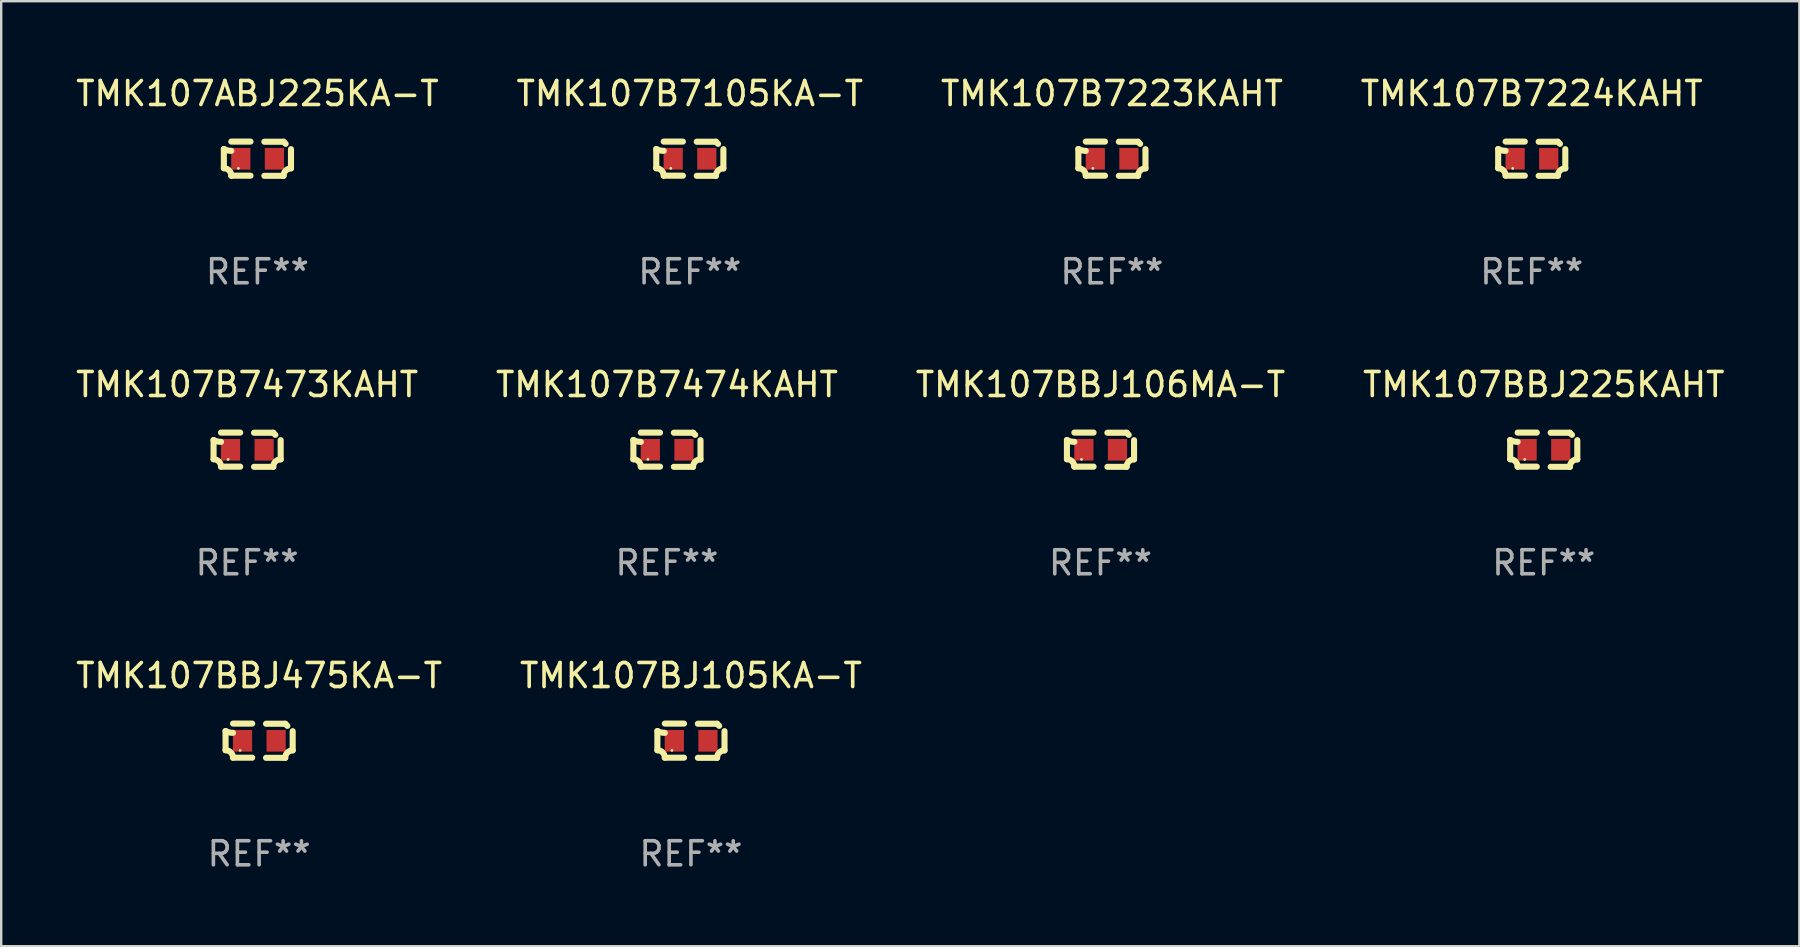
<source format=kicad_pcb>
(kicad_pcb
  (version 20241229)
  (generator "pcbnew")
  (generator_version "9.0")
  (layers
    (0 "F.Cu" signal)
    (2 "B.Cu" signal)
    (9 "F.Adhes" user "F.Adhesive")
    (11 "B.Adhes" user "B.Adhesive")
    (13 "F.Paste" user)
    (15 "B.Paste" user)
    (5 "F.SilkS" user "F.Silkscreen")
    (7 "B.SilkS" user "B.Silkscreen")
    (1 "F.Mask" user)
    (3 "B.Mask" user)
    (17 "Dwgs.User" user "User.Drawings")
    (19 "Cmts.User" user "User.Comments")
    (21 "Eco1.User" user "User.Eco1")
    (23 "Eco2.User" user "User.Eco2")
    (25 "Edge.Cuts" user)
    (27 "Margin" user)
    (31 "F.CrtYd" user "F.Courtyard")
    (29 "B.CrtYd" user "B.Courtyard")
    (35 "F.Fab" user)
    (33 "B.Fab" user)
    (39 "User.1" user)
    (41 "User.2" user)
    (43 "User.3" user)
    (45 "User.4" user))
  (footprint "TMK107BJ105KA-T"
    (layer "F.Cu")
    (at 25.732 27.805)
    (property "Reference" "TMK107BJ105KA-T" (at 0 -2.713 0) (layer "F.SilkS") (effects (font (size 1 1) (thickness 0.15))))
    (attr through_hole)
    (fp_line (start -1.398 -0.403) (end -1.398 0.397) (stroke (width 0.254) (type solid)) (layer "F.SilkS"))
    (fp_line (start -0.288 -0.713) (end -1.088 -0.713) (stroke (width 0.254) (type solid)) (layer "F.SilkS"))
    (fp_line (start -0.288 0.707) (end -1.088 0.707) (stroke (width 0.254) (type solid)) (layer "F.SilkS"))
    (fp_line (start 0.288 -0.707) (end 1.088 -0.707) (stroke (width 0.254) (type solid)) (layer "F.SilkS"))
    (fp_line (start 0.288 0.713) (end 1.088 0.713) (stroke (width 0.254) (type solid)) (layer "F.SilkS"))
    (fp_line (start 1.398 -0.397) (end 1.398 0.403) (stroke (width 0.254) (type solid)) (layer "F.SilkS"))
    (fp_arc (start -1.397789 0.397066) (mid -1.178701 0.487826) (end -1.08796 0.706922) (stroke (width 0.254001) (type solid)) (layer "F.SilkS"))
    (fp_arc (start -1.08796 -0.327176) (mid -1.247436 -0.346384) (end -1.39779 -0.402908) (stroke (width 0.254001) (type solid)) (layer "F.SilkS"))
    (fp_arc (start 1.087909 0.712738) (mid 1.178656 0.493655) (end 1.397739 0.402908) (stroke (width 0.254001) (type solid)) (layer "F.SilkS"))
    (fp_arc (start 1.175925 -0.618926) (mid 1.131917 -0.662923) (end 1.08791 -0.706922) (stroke (width 0.254001) (type solid)) (layer "F.SilkS"))
    (fp_circle (center -0.792 0.403) (end -0.762 0.403) (stroke (width 0.06) (type solid)) (fill no) (layer "F.SilkS"))
    (fp_text user "REF**" (at 0 4.713 0) (layer "F.Fab") (effects (font (size 1 1) (thickness 0.15))))
    (pad "1" smd rect (at -0.692 0.003) (size 0.8 0.9) (layers "F.Cu" "F.Mask" "F.Paste"))
    (pad "2" smd rect (at 0.708 0.003) (size 0.8 0.9) (layers "F.Cu" "F.Mask" "F.Paste")))
  (footprint "TMK107BBJ225KAHT"
    (layer "F.Cu")
    (at 61.256 15.683)
    (property "Reference" "TMK107BBJ225KAHT" (at 0 -2.713 0) (layer "F.SilkS") (effects (font (size 1 1) (thickness 0.15))))
    (attr through_hole)
    (fp_line (start -1.398 -0.403) (end -1.398 0.397) (stroke (width 0.254) (type solid)) (layer "F.SilkS"))
    (fp_line (start -0.288 -0.713) (end -1.088 -0.713) (stroke (width 0.254) (type solid)) (layer "F.SilkS"))
    (fp_line (start -0.288 0.707) (end -1.088 0.707) (stroke (width 0.254) (type solid)) (layer "F.SilkS"))
    (fp_line (start 0.288 -0.707) (end 1.088 -0.707) (stroke (width 0.254) (type solid)) (layer "F.SilkS"))
    (fp_line (start 0.288 0.713) (end 1.088 0.713) (stroke (width 0.254) (type solid)) (layer "F.SilkS"))
    (fp_line (start 1.398 -0.397) (end 1.398 0.403) (stroke (width 0.254) (type solid)) (layer "F.SilkS"))
    (fp_arc (start -1.397789 0.397066) (mid -1.178701 0.487826) (end -1.08796 0.706922) (stroke (width 0.254001) (type solid)) (layer "F.SilkS"))
    (fp_arc (start -1.08796 -0.327176) (mid -1.247436 -0.346384) (end -1.39779 -0.402908) (stroke (width 0.254001) (type solid)) (layer "F.SilkS"))
    (fp_arc (start 1.087909 0.712738) (mid 1.178656 0.493655) (end 1.397739 0.402908) (stroke (width 0.254001) (type solid)) (layer "F.SilkS"))
    (fp_arc (start 1.175925 -0.618926) (mid 1.131917 -0.662923) (end 1.08791 -0.706922) (stroke (width 0.254001) (type solid)) (layer "F.SilkS"))
    (fp_circle (center -0.792 0.403) (end -0.762 0.403) (stroke (width 0.06) (type solid)) (fill no) (layer "F.SilkS"))
    (fp_text user "REF**" (at 0 4.713 0) (layer "F.Fab") (effects (font (size 1 1) (thickness 0.15))))
    (pad "1" smd rect (at -0.692 0.003) (size 0.8 0.9) (layers "F.Cu" "F.Mask" "F.Paste"))
    (pad "2" smd rect (at 0.708 0.003) (size 0.8 0.9) (layers "F.Cu" "F.Mask" "F.Paste")))
  (footprint "TMK107BBJ106MA-T"
    (layer "F.Cu")
    (at 42.792 15.683)
    (property "Reference" "TMK107BBJ106MA-T" (at 0 -2.713 0) (layer "F.SilkS") (effects (font (size 1 1) (thickness 0.15))))
    (attr through_hole)
    (fp_line (start -1.398 -0.403) (end -1.398 0.397) (stroke (width 0.254) (type solid)) (layer "F.SilkS"))
    (fp_line (start -0.288 -0.713) (end -1.088 -0.713) (stroke (width 0.254) (type solid)) (layer "F.SilkS"))
    (fp_line (start -0.288 0.707) (end -1.088 0.707) (stroke (width 0.254) (type solid)) (layer "F.SilkS"))
    (fp_line (start 0.288 -0.707) (end 1.088 -0.707) (stroke (width 0.254) (type solid)) (layer "F.SilkS"))
    (fp_line (start 0.288 0.713) (end 1.088 0.713) (stroke (width 0.254) (type solid)) (layer "F.SilkS"))
    (fp_line (start 1.398 -0.397) (end 1.398 0.403) (stroke (width 0.254) (type solid)) (layer "F.SilkS"))
    (fp_arc (start -1.397789 0.397066) (mid -1.178701 0.487826) (end -1.08796 0.706922) (stroke (width 0.254001) (type solid)) (layer "F.SilkS"))
    (fp_arc (start -1.08796 -0.327176) (mid -1.247436 -0.346384) (end -1.39779 -0.402908) (stroke (width 0.254001) (type solid)) (layer "F.SilkS"))
    (fp_arc (start 1.087909 0.712738) (mid 1.178656 0.493655) (end 1.397739 0.402908) (stroke (width 0.254001) (type solid)) (layer "F.SilkS"))
    (fp_arc (start 1.175925 -0.618926) (mid 1.131917 -0.662923) (end 1.08791 -0.706922) (stroke (width 0.254001) (type solid)) (layer "F.SilkS"))
    (fp_circle (center -0.792 0.403) (end -0.762 0.403) (stroke (width 0.06) (type solid)) (fill no) (layer "F.SilkS"))
    (fp_text user "REF**" (at 0 4.713 0) (layer "F.Fab") (effects (font (size 1 1) (thickness 0.15))))
    (pad "1" smd rect (at -0.692 0.003) (size 0.8 0.9) (layers "F.Cu" "F.Mask" "F.Paste"))
    (pad "2" smd rect (at 0.708 0.003) (size 0.8 0.9) (layers "F.Cu" "F.Mask" "F.Paste")))
  (footprint "TMK107B7473KAHT"
    (layer "F.Cu")
    (at 7.244 15.683)
    (property "Reference" "TMK107B7473KAHT" (at 0 -2.713 0) (layer "F.SilkS") (effects (font (size 1 1) (thickness 0.15))))
    (attr through_hole)
    (fp_line (start -1.398 -0.403) (end -1.398 0.397) (stroke (width 0.254) (type solid)) (layer "F.SilkS"))
    (fp_line (start -0.288 -0.713) (end -1.088 -0.713) (stroke (width 0.254) (type solid)) (layer "F.SilkS"))
    (fp_line (start -0.288 0.707) (end -1.088 0.707) (stroke (width 0.254) (type solid)) (layer "F.SilkS"))
    (fp_line (start 0.288 -0.707) (end 1.088 -0.707) (stroke (width 0.254) (type solid)) (layer "F.SilkS"))
    (fp_line (start 0.288 0.713) (end 1.088 0.713) (stroke (width 0.254) (type solid)) (layer "F.SilkS"))
    (fp_line (start 1.398 -0.397) (end 1.398 0.403) (stroke (width 0.254) (type solid)) (layer "F.SilkS"))
    (fp_arc (start -1.397789 0.397066) (mid -1.178701 0.487826) (end -1.08796 0.706922) (stroke (width 0.254001) (type solid)) (layer "F.SilkS"))
    (fp_arc (start -1.08796 -0.327176) (mid -1.247436 -0.346384) (end -1.39779 -0.402908) (stroke (width 0.254001) (type solid)) (layer "F.SilkS"))
    (fp_arc (start 1.087909 0.712738) (mid 1.178656 0.493655) (end 1.397739 0.402908) (stroke (width 0.254001) (type solid)) (layer "F.SilkS"))
    (fp_arc (start 1.175925 -0.618926) (mid 1.131917 -0.662923) (end 1.08791 -0.706922) (stroke (width 0.254001) (type solid)) (layer "F.SilkS"))
    (fp_circle (center -0.792 0.403) (end -0.762 0.403) (stroke (width 0.06) (type solid)) (fill no) (layer "F.SilkS"))
    (fp_text user "REF**" (at 0 4.713 0) (layer "F.Fab") (effects (font (size 1 1) (thickness 0.15))))
    (pad "1" smd rect (at -0.692 0.003) (size 0.8 0.9) (layers "F.Cu" "F.Mask" "F.Paste"))
    (pad "2" smd rect (at 0.708 0.003) (size 0.8 0.9) (layers "F.Cu" "F.Mask" "F.Paste")))
  (footprint "TMK107B7105KA-T"
    (layer "F.Cu")
    (at 25.685 3.561)
    (property "Reference" "TMK107B7105KA-T" (at 0 -2.713 0) (layer "F.SilkS") (effects (font (size 1 1) (thickness 0.15))))
    (attr through_hole)
    (fp_line (start -1.398 -0.403) (end -1.398 0.397) (stroke (width 0.254) (type solid)) (layer "F.SilkS"))
    (fp_line (start -0.288 -0.713) (end -1.088 -0.713) (stroke (width 0.254) (type solid)) (layer "F.SilkS"))
    (fp_line (start -0.288 0.707) (end -1.088 0.707) (stroke (width 0.254) (type solid)) (layer "F.SilkS"))
    (fp_line (start 0.288 -0.707) (end 1.088 -0.707) (stroke (width 0.254) (type solid)) (layer "F.SilkS"))
    (fp_line (start 0.288 0.713) (end 1.088 0.713) (stroke (width 0.254) (type solid)) (layer "F.SilkS"))
    (fp_line (start 1.398 -0.397) (end 1.398 0.403) (stroke (width 0.254) (type solid)) (layer "F.SilkS"))
    (fp_arc (start -1.397789 0.397066) (mid -1.178701 0.487826) (end -1.08796 0.706922) (stroke (width 0.254001) (type solid)) (layer "F.SilkS"))
    (fp_arc (start -1.08796 -0.327176) (mid -1.247436 -0.346384) (end -1.39779 -0.402908) (stroke (width 0.254001) (type solid)) (layer "F.SilkS"))
    (fp_arc (start 1.087909 0.712738) (mid 1.178656 0.493655) (end 1.397739 0.402908) (stroke (width 0.254001) (type solid)) (layer "F.SilkS"))
    (fp_arc (start 1.175925 -0.618926) (mid 1.131917 -0.662923) (end 1.08791 -0.706922) (stroke (width 0.254001) (type solid)) (layer "F.SilkS"))
    (fp_circle (center -0.792 0.403) (end -0.762 0.403) (stroke (width 0.06) (type solid)) (fill no) (layer "F.SilkS"))
    (fp_text user "REF**" (at 0 4.713 0) (layer "F.Fab") (effects (font (size 1 1) (thickness 0.15))))
    (pad "1" smd rect (at -0.692 0.003) (size 0.8 0.9) (layers "F.Cu" "F.Mask" "F.Paste"))
    (pad "2" smd rect (at 0.708 0.003) (size 0.8 0.9) (layers "F.Cu" "F.Mask" "F.Paste")))
  (footprint "TMK107BBJ475KA-T"
    (layer "F.Cu")
    (at 7.744 27.805)
    (property "Reference" "TMK107BBJ475KA-T" (at 0 -2.713 0) (layer "F.SilkS") (effects (font (size 1 1) (thickness 0.15))))
    (attr through_hole)
    (fp_line (start -1.398 -0.403) (end -1.398 0.397) (stroke (width 0.254) (type solid)) (layer "F.SilkS"))
    (fp_line (start -0.288 -0.713) (end -1.088 -0.713) (stroke (width 0.254) (type solid)) (layer "F.SilkS"))
    (fp_line (start -0.288 0.707) (end -1.088 0.707) (stroke (width 0.254) (type solid)) (layer "F.SilkS"))
    (fp_line (start 0.288 -0.707) (end 1.088 -0.707) (stroke (width 0.254) (type solid)) (layer "F.SilkS"))
    (fp_line (start 0.288 0.713) (end 1.088 0.713) (stroke (width 0.254) (type solid)) (layer "F.SilkS"))
    (fp_line (start 1.398 -0.397) (end 1.398 0.403) (stroke (width 0.254) (type solid)) (layer "F.SilkS"))
    (fp_arc (start -1.397789 0.397066) (mid -1.178701 0.487826) (end -1.08796 0.706922) (stroke (width 0.254001) (type solid)) (layer "F.SilkS"))
    (fp_arc (start -1.08796 -0.327176) (mid -1.247436 -0.346384) (end -1.39779 -0.402908) (stroke (width 0.254001) (type solid)) (layer "F.SilkS"))
    (fp_arc (start 1.087909 0.712738) (mid 1.178656 0.493655) (end 1.397739 0.402908) (stroke (width 0.254001) (type solid)) (layer "F.SilkS"))
    (fp_arc (start 1.175925 -0.618926) (mid 1.131917 -0.662923) (end 1.08791 -0.706922) (stroke (width 0.254001) (type solid)) (layer "F.SilkS"))
    (fp_circle (center -0.792 0.403) (end -0.762 0.403) (stroke (width 0.06) (type solid)) (fill no) (layer "F.SilkS"))
    (fp_text user "REF**" (at 0 4.713 0) (layer "F.Fab") (effects (font (size 1 1) (thickness 0.15))))
    (pad "1" smd rect (at -0.692 0.003) (size 0.8 0.9) (layers "F.Cu" "F.Mask" "F.Paste"))
    (pad "2" smd rect (at 0.708 0.003) (size 0.8 0.9) (layers "F.Cu" "F.Mask" "F.Paste")))
  (footprint "TMK107B7474KAHT"
    (layer "F.Cu")
    (at 24.732 15.683)
    (property "Reference" "TMK107B7474KAHT" (at 0 -2.713 0) (layer "F.SilkS") (effects (font (size 1 1) (thickness 0.15))))
    (attr through_hole)
    (fp_line (start -1.398 -0.403) (end -1.398 0.397) (stroke (width 0.254) (type solid)) (layer "F.SilkS"))
    (fp_line (start -0.288 -0.713) (end -1.088 -0.713) (stroke (width 0.254) (type solid)) (layer "F.SilkS"))
    (fp_line (start -0.288 0.707) (end -1.088 0.707) (stroke (width 0.254) (type solid)) (layer "F.SilkS"))
    (fp_line (start 0.288 -0.707) (end 1.088 -0.707) (stroke (width 0.254) (type solid)) (layer "F.SilkS"))
    (fp_line (start 0.288 0.713) (end 1.088 0.713) (stroke (width 0.254) (type solid)) (layer "F.SilkS"))
    (fp_line (start 1.398 -0.397) (end 1.398 0.403) (stroke (width 0.254) (type solid)) (layer "F.SilkS"))
    (fp_arc (start -1.397789 0.397066) (mid -1.178701 0.487826) (end -1.08796 0.706922) (stroke (width 0.254001) (type solid)) (layer "F.SilkS"))
    (fp_arc (start -1.08796 -0.327176) (mid -1.247436 -0.346384) (end -1.39779 -0.402908) (stroke (width 0.254001) (type solid)) (layer "F.SilkS"))
    (fp_arc (start 1.087909 0.712738) (mid 1.178656 0.493655) (end 1.397739 0.402908) (stroke (width 0.254001) (type solid)) (layer "F.SilkS"))
    (fp_arc (start 1.175925 -0.618926) (mid 1.131917 -0.662923) (end 1.08791 -0.706922) (stroke (width 0.254001) (type solid)) (layer "F.SilkS"))
    (fp_circle (center -0.792 0.403) (end -0.762 0.403) (stroke (width 0.06) (type solid)) (fill no) (layer "F.SilkS"))
    (fp_text user "REF**" (at 0 4.713 0) (layer "F.Fab") (effects (font (size 1 1) (thickness 0.15))))
    (pad "1" smd rect (at -0.692 0.003) (size 0.8 0.9) (layers "F.Cu" "F.Mask" "F.Paste"))
    (pad "2" smd rect (at 0.708 0.003) (size 0.8 0.9) (layers "F.Cu" "F.Mask" "F.Paste")))
  (footprint "TMK107ABJ225KA-T"
    (layer "F.Cu")
    (at 7.673 3.561)
    (property "Reference" "TMK107ABJ225KA-T" (at 0 -2.713 0) (layer "F.SilkS") (effects (font (size 1 1) (thickness 0.15))))
    (attr through_hole)
    (fp_line (start -1.398 -0.403) (end -1.398 0.397) (stroke (width 0.254) (type solid)) (layer "F.SilkS"))
    (fp_line (start -0.288 -0.713) (end -1.088 -0.713) (stroke (width 0.254) (type solid)) (layer "F.SilkS"))
    (fp_line (start -0.288 0.707) (end -1.088 0.707) (stroke (width 0.254) (type solid)) (layer "F.SilkS"))
    (fp_line (start 0.288 -0.707) (end 1.088 -0.707) (stroke (width 0.254) (type solid)) (layer "F.SilkS"))
    (fp_line (start 0.288 0.713) (end 1.088 0.713) (stroke (width 0.254) (type solid)) (layer "F.SilkS"))
    (fp_line (start 1.398 -0.397) (end 1.398 0.403) (stroke (width 0.254) (type solid)) (layer "F.SilkS"))
    (fp_arc (start -1.397789 0.397066) (mid -1.178701 0.487826) (end -1.08796 0.706922) (stroke (width 0.254001) (type solid)) (layer "F.SilkS"))
    (fp_arc (start -1.08796 -0.327176) (mid -1.247436 -0.346384) (end -1.39779 -0.402908) (stroke (width 0.254001) (type solid)) (layer "F.SilkS"))
    (fp_arc (start 1.087909 0.712738) (mid 1.178656 0.493655) (end 1.397739 0.402908) (stroke (width 0.254001) (type solid)) (layer "F.SilkS"))
    (fp_arc (start 1.175925 -0.618926) (mid 1.131917 -0.662923) (end 1.08791 -0.706922) (stroke (width 0.254001) (type solid)) (layer "F.SilkS"))
    (fp_circle (center -0.792 0.403) (end -0.762 0.403) (stroke (width 0.06) (type solid)) (fill no) (layer "F.SilkS"))
    (fp_text user "REF**" (at 0 4.713 0) (layer "F.Fab") (effects (font (size 1 1) (thickness 0.15))))
    (pad "1" smd rect (at -0.692 0.003) (size 0.8 0.9) (layers "F.Cu" "F.Mask" "F.Paste"))
    (pad "2" smd rect (at 0.708 0.003) (size 0.8 0.9) (layers "F.Cu" "F.Mask" "F.Paste")))
  (footprint "TMK107B7223KAHT"
    (layer "F.Cu")
    (at 43.268 3.561)
    (property "Reference" "TMK107B7223KAHT" (at 0 -2.713 0) (layer "F.SilkS") (effects (font (size 1 1) (thickness 0.15))))
    (attr through_hole)
    (fp_line (start -1.398 -0.403) (end -1.398 0.397) (stroke (width 0.254) (type solid)) (layer "F.SilkS"))
    (fp_line (start -0.288 -0.713) (end -1.088 -0.713) (stroke (width 0.254) (type solid)) (layer "F.SilkS"))
    (fp_line (start -0.288 0.707) (end -1.088 0.707) (stroke (width 0.254) (type solid)) (layer "F.SilkS"))
    (fp_line (start 0.288 -0.707) (end 1.088 -0.707) (stroke (width 0.254) (type solid)) (layer "F.SilkS"))
    (fp_line (start 0.288 0.713) (end 1.088 0.713) (stroke (width 0.254) (type solid)) (layer "F.SilkS"))
    (fp_line (start 1.398 -0.397) (end 1.398 0.403) (stroke (width 0.254) (type solid)) (layer "F.SilkS"))
    (fp_arc (start -1.397789 0.397066) (mid -1.178701 0.487826) (end -1.08796 0.706922) (stroke (width 0.254001) (type solid)) (layer "F.SilkS"))
    (fp_arc (start -1.08796 -0.327176) (mid -1.247436 -0.346384) (end -1.39779 -0.402908) (stroke (width 0.254001) (type solid)) (layer "F.SilkS"))
    (fp_arc (start 1.087909 0.712738) (mid 1.178656 0.493655) (end 1.397739 0.402908) (stroke (width 0.254001) (type solid)) (layer "F.SilkS"))
    (fp_arc (start 1.175925 -0.618926) (mid 1.131917 -0.662923) (end 1.08791 -0.706922) (stroke (width 0.254001) (type solid)) (layer "F.SilkS"))
    (fp_circle (center -0.792 0.403) (end -0.762 0.403) (stroke (width 0.06) (type solid)) (fill no) (layer "F.SilkS"))
    (fp_text user "REF**" (at 0 4.713 0) (layer "F.Fab") (effects (font (size 1 1) (thickness 0.15))))
    (pad "1" smd rect (at -0.692 0.003) (size 0.8 0.9) (layers "F.Cu" "F.Mask" "F.Paste"))
    (pad "2" smd rect (at 0.708 0.003) (size 0.8 0.9) (layers "F.Cu" "F.Mask" "F.Paste")))
  (footprint "TMK107B7224KAHT"
    (layer "F.Cu")
    (at 60.756 3.561)
    (property "Reference" "TMK107B7224KAHT" (at 0 -2.713 0) (layer "F.SilkS") (effects (font (size 1 1) (thickness 0.15))))
    (attr through_hole)
    (fp_line (start -1.398 -0.403) (end -1.398 0.397) (stroke (width 0.254) (type solid)) (layer "F.SilkS"))
    (fp_line (start -0.288 -0.713) (end -1.088 -0.713) (stroke (width 0.254) (type solid)) (layer "F.SilkS"))
    (fp_line (start -0.288 0.707) (end -1.088 0.707) (stroke (width 0.254) (type solid)) (layer "F.SilkS"))
    (fp_line (start 0.288 -0.707) (end 1.088 -0.707) (stroke (width 0.254) (type solid)) (layer "F.SilkS"))
    (fp_line (start 0.288 0.713) (end 1.088 0.713) (stroke (width 0.254) (type solid)) (layer "F.SilkS"))
    (fp_line (start 1.398 -0.397) (end 1.398 0.403) (stroke (width 0.254) (type solid)) (layer "F.SilkS"))
    (fp_arc (start -1.397789 0.397066) (mid -1.178701 0.487826) (end -1.08796 0.706922) (stroke (width 0.254001) (type solid)) (layer "F.SilkS"))
    (fp_arc (start -1.08796 -0.327176) (mid -1.247436 -0.346384) (end -1.39779 -0.402908) (stroke (width 0.254001) (type solid)) (layer "F.SilkS"))
    (fp_arc (start 1.087909 0.712738) (mid 1.178656 0.493655) (end 1.397739 0.402908) (stroke (width 0.254001) (type solid)) (layer "F.SilkS"))
    (fp_arc (start 1.175925 -0.618926) (mid 1.131917 -0.662923) (end 1.08791 -0.706922) (stroke (width 0.254001) (type solid)) (layer "F.SilkS"))
    (fp_circle (center -0.792 0.403) (end -0.762 0.403) (stroke (width 0.06) (type solid)) (fill no) (layer "F.SilkS"))
    (fp_text user "REF**" (at 0 4.713 0) (layer "F.Fab") (effects (font (size 1 1) (thickness 0.15))))
    (pad "1" smd rect (at -0.692 0.003) (size 0.8 0.9) (layers "F.Cu" "F.Mask" "F.Paste"))
    (pad "2" smd rect (at 0.708 0.003) (size 0.8 0.9) (layers "F.Cu" "F.Mask" "F.Paste")))
  (gr_rect
    (start -3 -3)
    (end 71.905 36.366)
    (stroke (width 0.1) (type default))
    (fill no)
    (layer "Edge.Cuts")))
</source>
